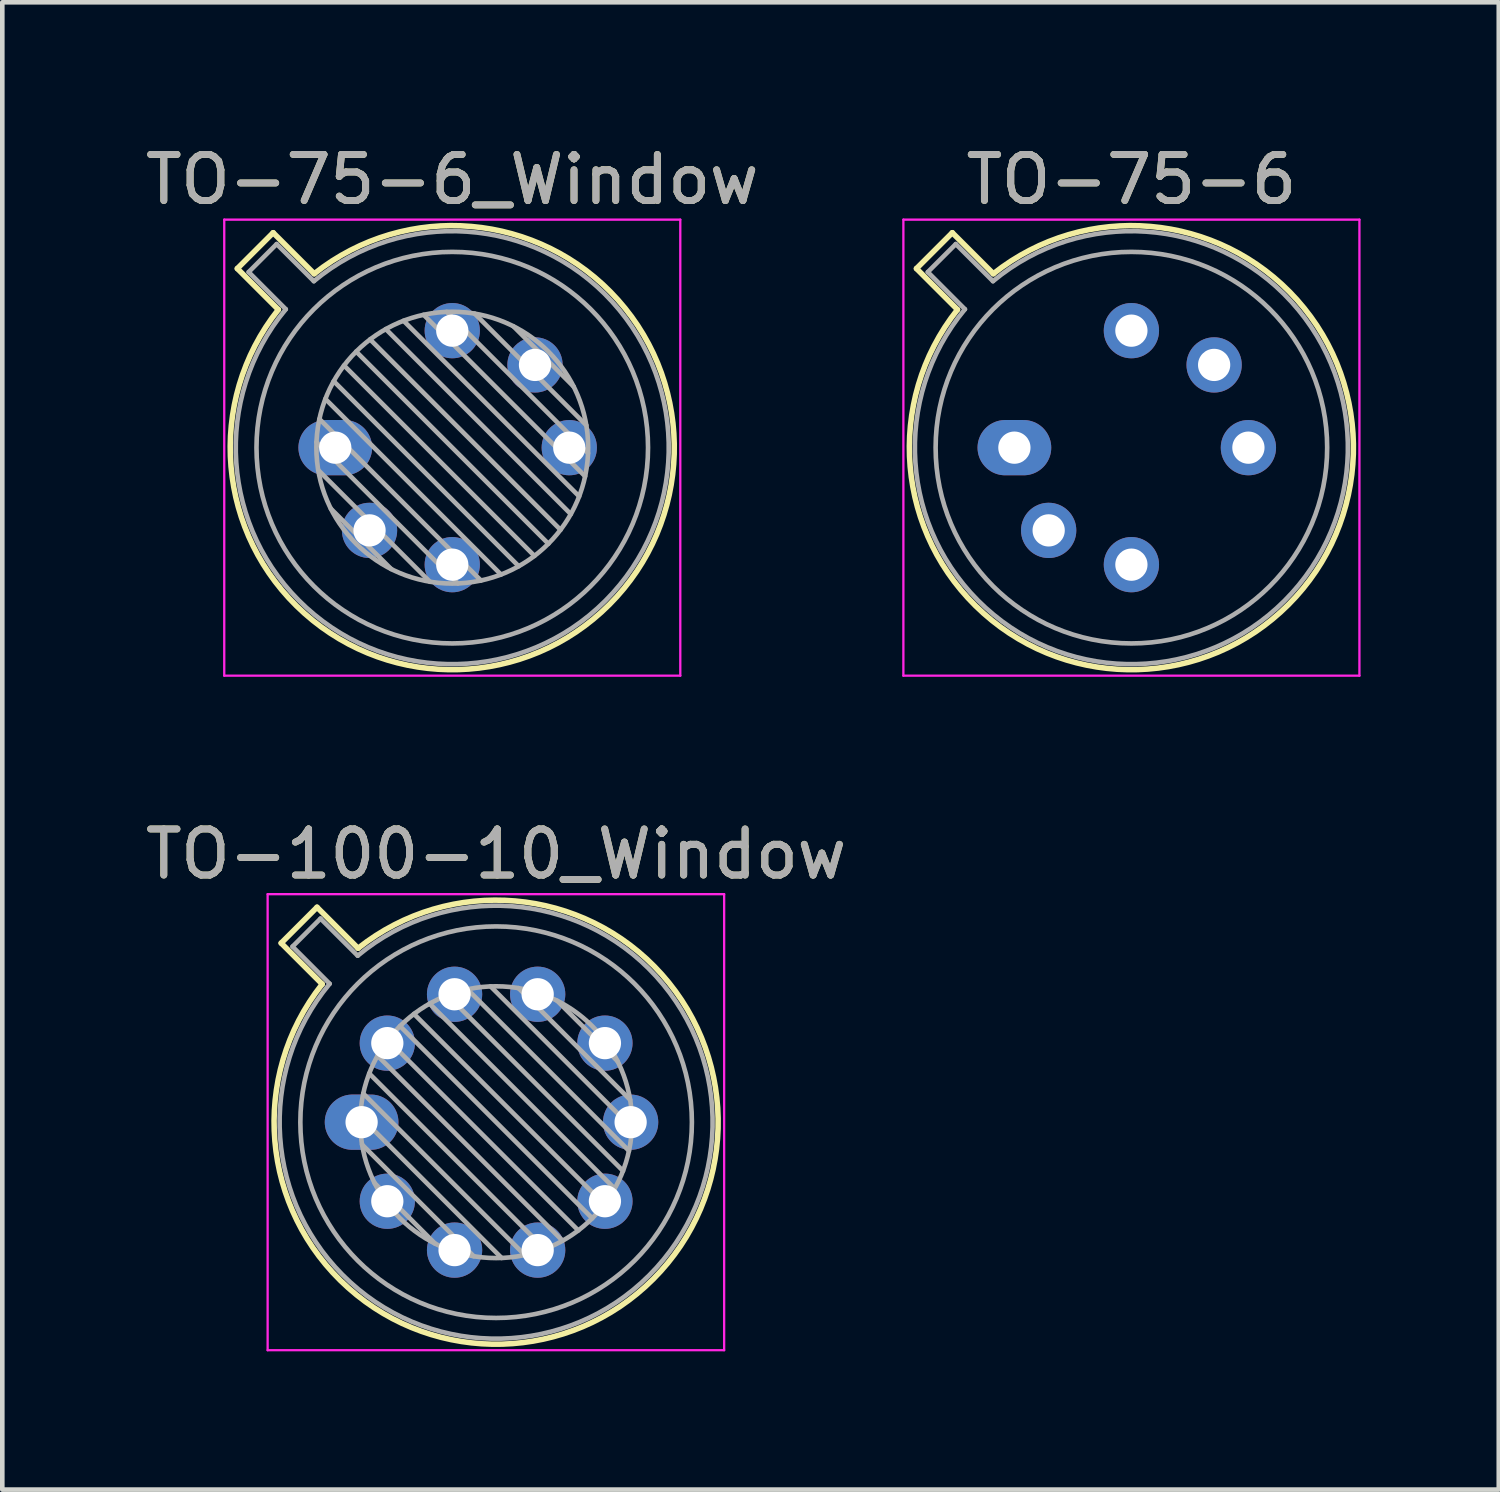
<source format=kicad_pcb>
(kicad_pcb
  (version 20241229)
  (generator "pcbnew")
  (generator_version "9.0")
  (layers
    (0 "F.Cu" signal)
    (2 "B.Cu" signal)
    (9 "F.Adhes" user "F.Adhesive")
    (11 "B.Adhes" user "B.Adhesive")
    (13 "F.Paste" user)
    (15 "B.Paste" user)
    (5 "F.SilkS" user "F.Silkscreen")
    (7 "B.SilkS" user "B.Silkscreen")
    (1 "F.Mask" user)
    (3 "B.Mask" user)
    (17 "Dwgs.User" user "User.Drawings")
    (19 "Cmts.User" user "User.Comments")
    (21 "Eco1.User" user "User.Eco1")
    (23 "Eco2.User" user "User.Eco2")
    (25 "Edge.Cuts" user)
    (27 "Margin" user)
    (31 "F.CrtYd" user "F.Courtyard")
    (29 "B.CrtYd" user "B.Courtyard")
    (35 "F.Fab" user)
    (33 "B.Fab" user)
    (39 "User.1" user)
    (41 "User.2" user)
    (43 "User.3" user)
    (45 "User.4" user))
  (footprint "TO-75-6_Window"
    (layer "F.Cu")
    (at 4.228 6.668)
    (property "Reference" "TO-75-6_Window" (at 2.54 -5.82 0) (layer "F.SilkS") (effects (font (size 1 1) (thickness 0.15))))
    (attr through_hole)
    (fp_line (start -2.126 -3.888) (end -1.235 -2.997) (stroke (width 0.12) (type solid)) (layer "F.SilkS"))
    (fp_line (start -1.348 -4.666) (end -2.126 -3.888) (stroke (width 0.12) (type solid)) (layer "F.SilkS"))
    (fp_line (start -0.457 -3.775) (end -1.348 -4.666) (stroke (width 0.12) (type solid)) (layer "F.SilkS"))
    (fp_arc (start -0.457084 -3.774902) (mid 5.948125 3.408384) (end -1.234674 -2.997371) (stroke (width 0.12) (type solid)) (layer "F.SilkS"))
    (fp_line (start -2.41 -4.95) (end -2.41 4.95) (stroke (width 0.05) (type solid)) (layer "F.CrtYd"))
    (fp_line (start -2.41 4.95) (end 7.49 4.95) (stroke (width 0.05) (type solid)) (layer "F.CrtYd"))
    (fp_line (start 7.49 -4.95) (end -2.41 -4.95) (stroke (width 0.05) (type solid)) (layer "F.CrtYd"))
    (fp_line (start 7.49 4.95) (end 7.49 -4.95) (stroke (width 0.05) (type solid)) (layer "F.CrtYd"))
    (fp_line (start -1.88 -3.812) (end -1.074 -3.005) (stroke (width 0.1) (type solid)) (layer "F.Fab"))
    (fp_line (start -1.272 -4.42) (end -1.88 -3.812) (stroke (width 0.1) (type solid)) (layer "F.Fab"))
    (fp_line (start -0.465 -3.614) (end -1.272 -4.42) (stroke (width 0.1) (type solid)) (layer "F.Fab"))
    (fp_line (start -0.408 -0.12) (end 2.66 2.948) (stroke (width 0.1) (type solid)) (layer "F.Fab"))
    (fp_line (start -0.371 0.485) (end 2.055 2.911) (stroke (width 0.1) (type solid)) (layer "F.Fab"))
    (fp_line (start -0.344 -0.622) (end 3.162 2.884) (stroke (width 0.1) (type solid)) (layer "F.Fab"))
    (fp_line (start -0.215 -1.058) (end 3.598 2.755) (stroke (width 0.1) (type solid)) (layer "F.Fab"))
    (fp_line (start -0.097 1.324) (end 1.216 2.637) (stroke (width 0.1) (type solid)) (layer "F.Fab"))
    (fp_line (start -0.034 -1.443) (end 3.983 2.574) (stroke (width 0.1) (type solid)) (layer "F.Fab"))
    (fp_line (start 0.19 -1.784) (end 4.324 2.35) (stroke (width 0.1) (type solid)) (layer "F.Fab"))
    (fp_line (start 0.454 -2.086) (end 4.626 2.086) (stroke (width 0.1) (type solid)) (layer "F.Fab"))
    (fp_line (start 0.756 -2.35) (end 4.89 1.784) (stroke (width 0.1) (type solid)) (layer "F.Fab"))
    (fp_line (start 1.097 -2.574) (end 5.114 1.443) (stroke (width 0.1) (type solid)) (layer "F.Fab"))
    (fp_line (start 1.482 -2.755) (end 5.295 1.058) (stroke (width 0.1) (type solid)) (layer "F.Fab"))
    (fp_line (start 1.918 -2.884) (end 5.424 0.622) (stroke (width 0.1) (type solid)) (layer "F.Fab"))
    (fp_line (start 2.42 -2.948) (end 5.488 0.12) (stroke (width 0.1) (type solid)) (layer "F.Fab"))
    (fp_line (start 3.025 -2.911) (end 5.451 -0.485) (stroke (width 0.1) (type solid)) (layer "F.Fab"))
    (fp_line (start 3.864 -2.637) (end 5.177 -1.324) (stroke (width 0.1) (type solid)) (layer "F.Fab"))
    (fp_arc (start -0.465408 -3.61352) (mid 5.863443 3.323361) (end -1.073594 -3.005319) (stroke (width 0.1) (type solid)) (layer "F.Fab"))
    (fp_circle (center 2.54 0) (end 5.49 0) (stroke (width 0.1) (type solid)) (fill no) (layer "F.Fab"))
    (fp_circle (center 2.54 0) (end 6.79 0) (stroke (width 0.1) (type solid)) (fill no) (layer "F.Fab"))
    (fp_text user "${REFERENCE}" (at 2.54 -5.82 0) (layer "F.Fab") (effects (font (size 1 1) (thickness 0.15))))
    (pad "1" thru_hole oval (at 0 0) (size 1.6 1.2) (drill 0.7) (layers "*.Cu" "*.Mask"))
    (pad "2" thru_hole oval (at 0.744 1.796) (size 1.2 1.2) (drill 0.7) (layers "*.Cu" "*.Mask"))
    (pad "3" thru_hole oval (at 2.54 2.54) (size 1.2 1.2) (drill 0.7) (layers "*.Cu" "*.Mask"))
    (pad "4" thru_hole oval (at 5.08 0) (size 1.2 1.2) (drill 0.7) (layers "*.Cu" "*.Mask"))
    (pad "5" thru_hole oval (at 4.336 -1.796) (size 1.2 1.2) (drill 0.7) (layers "*.Cu" "*.Mask"))
    (pad "6" thru_hole oval (at 2.54 -2.54) (size 1.2 1.2) (drill 0.7) (layers "*.Cu" "*.Mask")))
  (footprint "TO-100-10_Window"
    (layer "F.Cu")
    (at 4.8 21.311)
    (property "Reference" "TO-100-10_Window" (at 2.92 -5.82 0) (layer "F.SilkS") (effects (font (size 1 1) (thickness 0.15))))
    (attr through_hole)
    (fp_line (start -1.746 -3.888) (end -0.855 -2.997) (stroke (width 0.12) (type solid)) (layer "F.SilkS"))
    (fp_line (start -0.968 -4.666) (end -1.746 -3.888) (stroke (width 0.12) (type solid)) (layer "F.SilkS"))
    (fp_line (start -0.077 -3.775) (end -0.968 -4.666) (stroke (width 0.12) (type solid)) (layer "F.SilkS"))
    (fp_arc (start -0.077084 -3.774902) (mid 6.328125 3.408384) (end -0.854674 -2.997371) (stroke (width 0.12) (type solid)) (layer "F.SilkS"))
    (fp_line (start -2.04 -4.95) (end -2.04 4.95) (stroke (width 0.05) (type solid)) (layer "F.CrtYd"))
    (fp_line (start -2.04 4.95) (end 7.87 4.95) (stroke (width 0.05) (type solid)) (layer "F.CrtYd"))
    (fp_line (start 7.87 -4.95) (end -2.04 -4.95) (stroke (width 0.05) (type solid)) (layer "F.CrtYd"))
    (fp_line (start 7.87 4.95) (end 7.87 -4.95) (stroke (width 0.05) (type solid)) (layer "F.CrtYd"))
    (fp_line (start -1.5 -3.812) (end -0.694 -3.005) (stroke (width 0.1) (type solid)) (layer "F.Fab"))
    (fp_line (start -0.892 -4.42) (end -1.5 -3.812) (stroke (width 0.1) (type solid)) (layer "F.Fab"))
    (fp_line (start -0.085 -3.614) (end -0.892 -4.42) (stroke (width 0.1) (type solid)) (layer "F.Fab"))
    (fp_line (start -0.028 -0.12) (end 3.04 2.948) (stroke (width 0.1) (type solid)) (layer "F.Fab"))
    (fp_line (start 0.009 0.485) (end 2.435 2.911) (stroke (width 0.1) (type solid)) (layer "F.Fab"))
    (fp_line (start 0.036 -0.622) (end 3.542 2.884) (stroke (width 0.1) (type solid)) (layer "F.Fab"))
    (fp_line (start 0.165 -1.058) (end 3.978 2.755) (stroke (width 0.1) (type solid)) (layer "F.Fab"))
    (fp_line (start 0.283 1.324) (end 1.596 2.637) (stroke (width 0.1) (type solid)) (layer "F.Fab"))
    (fp_line (start 0.346 -1.443) (end 4.363 2.574) (stroke (width 0.1) (type solid)) (layer "F.Fab"))
    (fp_line (start 0.57 -1.784) (end 4.704 2.35) (stroke (width 0.1) (type solid)) (layer "F.Fab"))
    (fp_line (start 0.834 -2.086) (end 5.006 2.086) (stroke (width 0.1) (type solid)) (layer "F.Fab"))
    (fp_line (start 1.136 -2.35) (end 5.27 1.784) (stroke (width 0.1) (type solid)) (layer "F.Fab"))
    (fp_line (start 1.477 -2.574) (end 5.494 1.443) (stroke (width 0.1) (type solid)) (layer "F.Fab"))
    (fp_line (start 1.862 -2.755) (end 5.675 1.058) (stroke (width 0.1) (type solid)) (layer "F.Fab"))
    (fp_line (start 2.298 -2.884) (end 5.804 0.622) (stroke (width 0.1) (type solid)) (layer "F.Fab"))
    (fp_line (start 2.8 -2.948) (end 5.868 0.12) (stroke (width 0.1) (type solid)) (layer "F.Fab"))
    (fp_line (start 3.405 -2.911) (end 5.831 -0.485) (stroke (width 0.1) (type solid)) (layer "F.Fab"))
    (fp_line (start 4.244 -2.637) (end 5.557 -1.324) (stroke (width 0.1) (type solid)) (layer "F.Fab"))
    (fp_arc (start -0.085408 -3.61352) (mid 6.243443 3.323361) (end -0.693594 -3.005319) (stroke (width 0.1) (type solid)) (layer "F.Fab"))
    (fp_circle (center 2.92 0) (end 5.87 0) (stroke (width 0.1) (type solid)) (fill no) (layer "F.Fab"))
    (fp_circle (center 2.92 0) (end 7.17 0) (stroke (width 0.1) (type solid)) (fill no) (layer "F.Fab"))
    (fp_text user "${REFERENCE}" (at 2.92 -5.82 0) (layer "F.Fab") (effects (font (size 1 1) (thickness 0.15))))
    (pad "1" thru_hole oval (at 0 0) (size 1.6 1.2) (drill 0.7) (layers "*.Cu" "*.Mask"))
    (pad "2" thru_hole oval (at 0.558 1.716) (size 1.2 1.2) (drill 0.7) (layers "*.Cu" "*.Mask"))
    (pad "3" thru_hole oval (at 2.018 2.777) (size 1.2 1.2) (drill 0.7) (layers "*.Cu" "*.Mask"))
    (pad "4" thru_hole oval (at 3.822 2.777) (size 1.2 1.2) (drill 0.7) (layers "*.Cu" "*.Mask"))
    (pad "5" thru_hole oval (at 5.282 1.716) (size 1.2 1.2) (drill 0.7) (layers "*.Cu" "*.Mask"))
    (pad "6" thru_hole oval (at 5.84 0) (size 1.2 1.2) (drill 0.7) (layers "*.Cu" "*.Mask"))
    (pad "7" thru_hole oval (at 5.282 -1.716) (size 1.2 1.2) (drill 0.7) (layers "*.Cu" "*.Mask"))
    (pad "8" thru_hole oval (at 3.822 -2.777) (size 1.2 1.2) (drill 0.7) (layers "*.Cu" "*.Mask"))
    (pad "9" thru_hole oval (at 2.018 -2.777) (size 1.2 1.2) (drill 0.7) (layers "*.Cu" "*.Mask"))
    (pad "10" thru_hole oval (at 0.558 -1.716) (size 1.2 1.2) (drill 0.7) (layers "*.Cu" "*.Mask")))
  (footprint "TO-75-6"
    (layer "F.Cu")
    (at 18.971 6.668)
    (property "Reference" "TO-75-6" (at 2.54 -5.82 0) (layer "F.SilkS") (effects (font (size 1 1) (thickness 0.15))))
    (attr through_hole)
    (fp_line (start -2.126 -3.888) (end -1.235 -2.997) (stroke (width 0.12) (type solid)) (layer "F.SilkS"))
    (fp_line (start -1.348 -4.666) (end -2.126 -3.888) (stroke (width 0.12) (type solid)) (layer "F.SilkS"))
    (fp_line (start -0.457 -3.775) (end -1.348 -4.666) (stroke (width 0.12) (type solid)) (layer "F.SilkS"))
    (fp_arc (start -0.457084 -3.774902) (mid 5.948125 3.408384) (end -1.234674 -2.997371) (stroke (width 0.12) (type solid)) (layer "F.SilkS"))
    (fp_line (start -2.41 -4.95) (end -2.41 4.95) (stroke (width 0.05) (type solid)) (layer "F.CrtYd"))
    (fp_line (start -2.41 4.95) (end 7.49 4.95) (stroke (width 0.05) (type solid)) (layer "F.CrtYd"))
    (fp_line (start 7.49 -4.95) (end -2.41 -4.95) (stroke (width 0.05) (type solid)) (layer "F.CrtYd"))
    (fp_line (start 7.49 4.95) (end 7.49 -4.95) (stroke (width 0.05) (type solid)) (layer "F.CrtYd"))
    (fp_line (start -1.88 -3.812) (end -1.074 -3.005) (stroke (width 0.1) (type solid)) (layer "F.Fab"))
    (fp_line (start -1.272 -4.42) (end -1.88 -3.812) (stroke (width 0.1) (type solid)) (layer "F.Fab"))
    (fp_line (start -0.465 -3.614) (end -1.272 -4.42) (stroke (width 0.1) (type solid)) (layer "F.Fab"))
    (fp_arc (start -0.465408 -3.61352) (mid 5.863443 3.323361) (end -1.073594 -3.005319) (stroke (width 0.1) (type solid)) (layer "F.Fab"))
    (fp_circle (center 2.54 0) (end 6.79 0) (stroke (width 0.1) (type solid)) (fill no) (layer "F.Fab"))
    (fp_text user "${REFERENCE}" (at 2.54 -5.82 0) (layer "F.Fab") (effects (font (size 1 1) (thickness 0.15))))
    (pad "1" thru_hole oval (at 0 0) (size 1.6 1.2) (drill 0.7) (layers "*.Cu" "*.Mask"))
    (pad "2" thru_hole oval (at 0.744 1.796) (size 1.2 1.2) (drill 0.7) (layers "*.Cu" "*.Mask"))
    (pad "3" thru_hole oval (at 2.54 2.54) (size 1.2 1.2) (drill 0.7) (layers "*.Cu" "*.Mask"))
    (pad "4" thru_hole oval (at 5.08 0) (size 1.2 1.2) (drill 0.7) (layers "*.Cu" "*.Mask"))
    (pad "5" thru_hole oval (at 4.336 -1.796) (size 1.2 1.2) (drill 0.7) (layers "*.Cu" "*.Mask"))
    (pad "6" thru_hole oval (at 2.54 -2.54) (size 1.2 1.2) (drill 0.7) (layers "*.Cu" "*.Mask")))
  (gr_rect
    (start -3 -3)
    (end 29.486 29.287)
    (stroke (width 0.1) (type default))
    (fill no)
    (layer "Edge.Cuts")))
</source>
